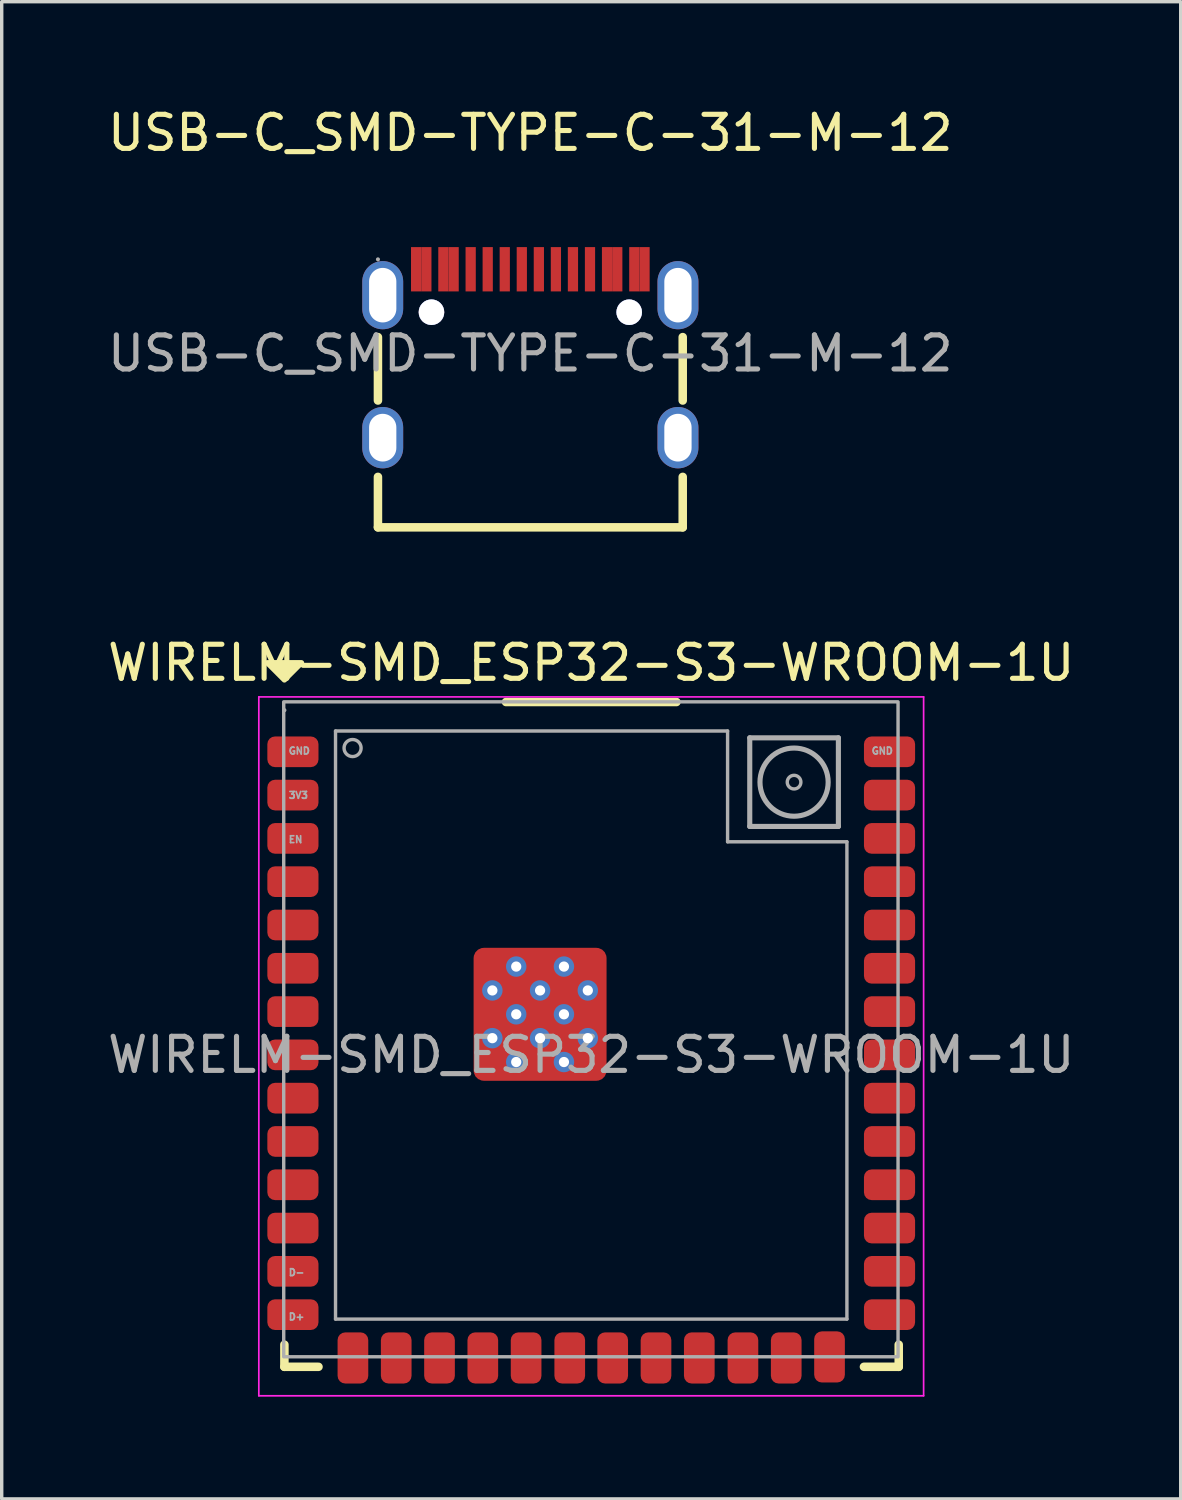
<source format=kicad_pcb>
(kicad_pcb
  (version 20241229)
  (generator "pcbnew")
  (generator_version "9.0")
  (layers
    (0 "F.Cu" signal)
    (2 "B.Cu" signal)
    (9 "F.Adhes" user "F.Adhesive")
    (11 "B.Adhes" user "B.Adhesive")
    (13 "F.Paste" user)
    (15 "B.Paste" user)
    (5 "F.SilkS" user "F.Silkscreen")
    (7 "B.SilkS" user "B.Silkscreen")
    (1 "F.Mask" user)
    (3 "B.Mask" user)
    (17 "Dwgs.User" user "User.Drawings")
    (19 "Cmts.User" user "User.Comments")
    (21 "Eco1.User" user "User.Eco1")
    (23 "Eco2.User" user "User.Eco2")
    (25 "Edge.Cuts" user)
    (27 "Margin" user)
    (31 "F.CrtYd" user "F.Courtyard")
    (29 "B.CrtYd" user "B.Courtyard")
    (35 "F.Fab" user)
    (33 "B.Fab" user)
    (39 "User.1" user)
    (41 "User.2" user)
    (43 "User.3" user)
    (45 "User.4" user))
  (footprint "WIRELM-SMD_ESP32-S3-WROOM-1U"
    (layer "F.Cu")
    (at 14.292 27.892)
    (property "Reference" "WIRELM-SMD_ESP32-S3-WROOM-1U" (at 0 -11.5 0) (layer "F.SilkS") (effects (font (size 1 1) (thickness 0.15))))
    (attr smd)
    (fp_line (start -9 8.5) (end -9 9.15) (stroke (width 0.25) (type solid)) (layer "F.SilkS"))
    (fp_line (start -9 9.15) (end -8 9.15) (stroke (width 0.25) (type solid)) (layer "F.SilkS"))
    (fp_line (start -2.5 -10.35) (end 2.5 -10.35) (stroke (width 0.25) (type solid)) (layer "F.SilkS"))
    (fp_line (start 8 9.15) (end 9.02 9.15) (stroke (width 0.25) (type solid)) (layer "F.SilkS"))
    (fp_line (start 9.02 9.15) (end 9.02 8.5) (stroke (width 0.25) (type solid)) (layer "F.SilkS"))
    (fp_poly (pts (xy -8.5 -11.5) (xy -9 -11) (xy -9.5 -11.5)) (stroke (width 0.16) (type solid)) (fill yes) (layer "F.SilkS"))
    (fp_line (start -9.75 -10.5) (end 9.75 -10.5) (stroke (width 0.05) (type default)) (layer "F.CrtYd"))
    (fp_line (start -9.75 10) (end -9.75 -10.5) (stroke (width 0.05) (type default)) (layer "F.CrtYd"))
    (fp_line (start 9.75 -10.5) (end 9.75 10) (stroke (width 0.05) (type default)) (layer "F.CrtYd"))
    (fp_line (start 9.75 10) (end -9.75 10) (stroke (width 0.05) (type default)) (layer "F.CrtYd"))
    (fp_line (start -7.5 -9.5) (end 4 -9.5) (stroke (width 0.1) (type default)) (layer "F.Fab"))
    (fp_line (start -7.5 7.75) (end -7.5 -9.5) (stroke (width 0.1) (type default)) (layer "F.Fab"))
    (fp_line (start -7.5 7.75) (end 7.5 7.75) (stroke (width 0.1) (type default)) (layer "F.Fab"))
    (fp_line (start 4 -9.5) (end 4 -6.25) (stroke (width 0.1) (type default)) (layer "F.Fab"))
    (fp_line (start 4 -6.25) (end 7.5 -6.25) (stroke (width 0.1) (type default)) (layer "F.Fab"))
    (fp_line (start 4.65 -9.3) (end 7.25 -9.3) (stroke (width 0.15) (type solid)) (layer "F.Fab"))
    (fp_line (start 4.65 -6.7) (end 4.65 -9.3) (stroke (width 0.15) (type solid)) (layer "F.Fab"))
    (fp_line (start 7.25 -9.3) (end 7.25 -6.7) (stroke (width 0.15) (type solid)) (layer "F.Fab"))
    (fp_line (start 7.25 -6.7) (end 4.65 -6.7) (stroke (width 0.15) (type solid)) (layer "F.Fab"))
    (fp_line (start 7.5 -6.25) (end 7.5 7.75) (stroke (width 0.1) (type default)) (layer "F.Fab"))
    (fp_rect (start -9.02 -10.355) (end 9 8.855) (stroke (width 0.1) (type default)) (fill no) (layer "F.Fab"))
    (fp_circle (center -9 -10.11) (end -8.97 -10.11) (stroke (width 0.06) (type solid)) (fill no) (layer "F.Fab"))
    (fp_circle (center -7 -9) (end -6.75 -9) (stroke (width 0.1) (type default)) (fill no) (layer "F.Fab"))
    (fp_circle (center 5.95 -8) (end 5.95 -7.8) (stroke (width 0.1) (type solid)) (fill no) (layer "F.Fab"))
    (fp_circle (center 5.95 -8) (end 6.95 -8) (stroke (width 0.15) (type solid)) (fill no) (layer "F.Fab"))
    (fp_text user "${REFERENCE}" (at 0 0 0) (layer "F.Fab") (effects (font (size 1 1) (thickness 0.15))))
    (fp_text user "D-" (at -8.9 6.5 0) (unlocked yes) (layer "F.Fab") (effects (font (size 0.2 0.2) (thickness 0.05) (bold yes)) (justify left bottom)))
    (fp_text user "EN" (at -8.9 -6.2 0) (unlocked yes) (layer "F.Fab") (effects (font (size 0.2 0.2) (thickness 0.05) (bold yes)) (justify left bottom)))
    (fp_text user "GND" (at -8.9 -8.8 0) (unlocked yes) (layer "F.Fab") (effects (font (size 0.2 0.2) (thickness 0.05) (bold yes)) (justify left bottom)))
    (fp_text user "3V3" (at -8.9 -7.5 0) (unlocked yes) (layer "F.Fab") (effects (font (size 0.2 0.2) (thickness 0.05) (bold yes)) (justify left bottom)))
    (fp_text user "D+" (at -8.9 7.8 0) (unlocked yes) (layer "F.Fab") (effects (font (size 0.2 0.2) (thickness 0.05) (bold yes)) (justify left bottom)))
    (fp_text user "GND" (at 8.2 -8.8 0) (unlocked yes) (layer "F.Fab") (effects (font (size 0.2 0.2) (thickness 0.05) (bold yes)) (justify left bottom)))
    (pad "" smd roundrect (at -2.904 0.21) (size 0.9 0.9) (layers "F.Paste") (roundrect_rratio 0.25))
    (pad "" smd roundrect (at -2.9 -2.59) (size 0.9 0.9) (layers "F.Paste") (roundrect_rratio 0.25))
    (pad "" smd roundrect (at -2.9 -1.19) (size 0.9 0.9) (layers "F.Paste") (roundrect_rratio 0.25))
    (pad "" smd roundrect (at -1.504 0.21) (size 0.9 0.9) (layers "F.Paste") (roundrect_rratio 0.25))
    (pad "" smd roundrect (at -1.5 -2.59) (size 0.9 0.9) (layers "F.Paste") (roundrect_rratio 0.25))
    (pad "" smd roundrect (at -1.5 -1.19) (size 0.9 0.9) (layers "F.Paste") (roundrect_rratio 0.25))
    (pad "" smd roundrect (at -0.104 0.21) (size 0.9 0.9) (layers "F.Paste") (roundrect_rratio 0.25))
    (pad "" smd roundrect (at -0.1 -2.59) (size 0.9 0.9) (layers "F.Paste") (roundrect_rratio 0.25))
    (pad "" smd roundrect (at -0.1 -1.19) (size 0.9 0.9) (layers "F.Paste") (roundrect_rratio 0.25))
    (pad "1" smd roundrect (at -8.75 -8.89) (size 1.5 0.9) (layers "F.Cu" "F.Mask" "F.Paste") (roundrect_rratio 0.25))
    (pad "2" smd roundrect (at -8.75 -7.62) (size 1.5 0.9) (layers "F.Cu" "F.Mask" "F.Paste") (roundrect_rratio 0.25))
    (pad "3" smd roundrect (at -8.75 -6.35) (size 1.5 0.9) (layers "F.Cu" "F.Mask" "F.Paste") (roundrect_rratio 0.25))
    (pad "4" smd roundrect (at -8.75 -5.08) (size 1.5 0.9) (layers "F.Cu" "F.Mask" "F.Paste") (roundrect_rratio 0.25))
    (pad "5" smd roundrect (at -8.75 -3.81) (size 1.5 0.9) (layers "F.Cu" "F.Mask" "F.Paste") (roundrect_rratio 0.25))
    (pad "6" smd roundrect (at -8.75 -2.54) (size 1.5 0.9) (layers "F.Cu" "F.Mask" "F.Paste") (roundrect_rratio 0.25))
    (pad "7" smd roundrect (at -8.75 -1.27) (size 1.5 0.9) (layers "F.Cu" "F.Mask" "F.Paste") (roundrect_rratio 0.25))
    (pad "8" smd roundrect (at -8.75 0) (size 1.5 0.9) (layers "F.Cu" "F.Mask" "F.Paste") (roundrect_rratio 0.25))
    (pad "9" smd roundrect (at -8.75 1.27) (size 1.5 0.9) (layers "F.Cu" "F.Mask" "F.Paste") (roundrect_rratio 0.25))
    (pad "10" smd roundrect (at -8.75 2.54) (size 1.5 0.9) (layers "F.Cu" "F.Mask" "F.Paste") (roundrect_rratio 0.25))
    (pad "11" smd roundrect (at -8.75 3.81) (size 1.5 0.9) (layers "F.Cu" "F.Mask" "F.Paste") (roundrect_rratio 0.25))
    (pad "12" smd roundrect (at -8.75 5.08) (size 1.5 0.9) (layers "F.Cu" "F.Mask" "F.Paste") (roundrect_rratio 0.25))
    (pad "13" smd roundrect (at -8.75 6.35) (size 1.5 0.9) (layers "F.Cu" "F.Mask" "F.Paste") (roundrect_rratio 0.25))
    (pad "14" smd roundrect (at -8.75 7.62) (size 1.5 0.9) (layers "F.Cu" "F.Mask" "F.Paste") (roundrect_rratio 0.25))
    (pad "15" smd roundrect (at -6.99 8.89 90) (size 1.5 0.9) (layers "F.Cu" "F.Mask" "F.Paste") (roundrect_rratio 0.25))
    (pad "16" smd roundrect (at -5.72 8.89 90) (size 1.5 0.9) (layers "F.Cu" "F.Mask" "F.Paste") (roundrect_rratio 0.25))
    (pad "17" smd roundrect (at -4.45 8.89 90) (size 1.5 0.9) (layers "F.Cu" "F.Mask" "F.Paste") (roundrect_rratio 0.25))
    (pad "18" smd roundrect (at -3.18 8.89 90) (size 1.5 0.9) (layers "F.Cu" "F.Mask" "F.Paste") (roundrect_rratio 0.25))
    (pad "19" smd roundrect (at -1.91 8.89 90) (size 1.5 0.9) (layers "F.Cu" "F.Mask" "F.Paste") (roundrect_rratio 0.25))
    (pad "20" smd roundrect (at -0.63 8.89 90) (size 1.5 0.9) (layers "F.Cu" "F.Mask" "F.Paste") (roundrect_rratio 0.25))
    (pad "21" smd roundrect (at 0.63 8.89 90) (size 1.5 0.9) (layers "F.Cu" "F.Mask" "F.Paste") (roundrect_rratio 0.25))
    (pad "22" smd roundrect (at 1.9 8.89 90) (size 1.5 0.9) (layers "F.Cu" "F.Mask" "F.Paste") (roundrect_rratio 0.25))
    (pad "23" smd roundrect (at 3.17 8.89 90) (size 1.5 0.9) (layers "F.Cu" "F.Mask" "F.Paste") (roundrect_rratio 0.25))
    (pad "24" smd roundrect (at 4.45 8.89 90) (size 1.5 0.9) (layers "F.Cu" "F.Mask" "F.Paste") (roundrect_rratio 0.25))
    (pad "25" smd roundrect (at 5.72 8.89 90) (size 1.5 0.9) (layers "F.Cu" "F.Mask" "F.Paste") (roundrect_rratio 0.25))
    (pad "26" smd roundrect (at 6.99 8.86 90) (size 1.5 0.9) (layers "F.Cu" "F.Mask" "F.Paste") (roundrect_rratio 0.25))
    (pad "27" smd roundrect (at 8.75 7.62) (size 1.5 0.9) (layers "F.Cu" "F.Mask" "F.Paste") (roundrect_rratio 0.25))
    (pad "28" smd roundrect (at 8.75 6.35) (size 1.5 0.9) (layers "F.Cu" "F.Mask" "F.Paste") (roundrect_rratio 0.25))
    (pad "29" smd roundrect (at 8.75 5.08) (size 1.5 0.9) (layers "F.Cu" "F.Mask" "F.Paste") (roundrect_rratio 0.25))
    (pad "30" smd roundrect (at 8.75 3.81) (size 1.5 0.9) (layers "F.Cu" "F.Mask" "F.Paste") (roundrect_rratio 0.25))
    (pad "31" smd roundrect (at 8.75 2.54) (size 1.5 0.9) (layers "F.Cu" "F.Mask" "F.Paste") (roundrect_rratio 0.25))
    (pad "32" smd roundrect (at 8.75 1.27) (size 1.5 0.9) (layers "F.Cu" "F.Mask" "F.Paste") (roundrect_rratio 0.25))
    (pad "33" smd roundrect (at 8.75 0) (size 1.5 0.9) (layers "F.Cu" "F.Mask" "F.Paste") (roundrect_rratio 0.25))
    (pad "34" smd roundrect (at 8.75 -1.27) (size 1.5 0.9) (layers "F.Cu" "F.Mask" "F.Paste") (roundrect_rratio 0.25))
    (pad "35" smd roundrect (at 8.75 -2.54) (size 1.5 0.9) (layers "F.Cu" "F.Mask" "F.Paste") (roundrect_rratio 0.25))
    (pad "36" smd roundrect (at 8.75 -3.81) (size 1.5 0.9) (layers "F.Cu" "F.Mask" "F.Paste") (roundrect_rratio 0.25))
    (pad "37" smd roundrect (at 8.75 -5.08) (size 1.5 0.9) (layers "F.Cu" "F.Mask" "F.Paste") (roundrect_rratio 0.25))
    (pad "38" smd roundrect (at 8.75 -6.35) (size 1.5 0.9) (layers "F.Cu" "F.Mask" "F.Paste") (roundrect_rratio 0.25))
    (pad "39" smd roundrect (at 8.75 -7.62) (size 1.5 0.9) (layers "F.Cu" "F.Mask" "F.Paste") (roundrect_rratio 0.25))
    (pad "40" smd roundrect (at 8.75 -8.89) (size 1.5 0.9) (layers "F.Cu" "F.Mask" "F.Paste") (roundrect_rratio 0.25))
    (pad "41" thru_hole circle (at -2.9 -1.89) (size 0.6 0.6) (drill 0.3) (property pad_prop_heatsink) (layers "*.Cu" "F.Mask"))
    (pad "41" thru_hole circle (at -2.9 -0.49) (size 0.6 0.6) (drill 0.3) (property pad_prop_heatsink) (layers "*.Cu" "F.Mask"))
    (pad "41" thru_hole circle (at -2.2 -2.59) (size 0.6 0.6) (drill 0.3) (property pad_prop_heatsink) (layers "*.Cu" "F.Mask"))
    (pad "41" thru_hole circle (at -2.2 -1.19) (size 0.6 0.6) (drill 0.3) (property pad_prop_heatsink) (layers "*.Cu" "F.Mask"))
    (pad "41" thru_hole circle (at -2.2 0.21) (size 0.6 0.6) (drill 0.3) (property pad_prop_heatsink) (layers "*.Cu" "F.Mask"))
    (pad "41" thru_hole circle (at -1.5 -1.89) (size 0.6 0.6) (drill 0.3) (property pad_prop_heatsink) (layers "*.Cu" "F.Mask"))
    (pad "41" smd roundrect (at -1.5 -1.19) (size 3.9 3.9) (layers "F.Cu" "F.Mask") (roundrect_rratio 0.077))
    (pad "41" thru_hole circle (at -1.5 -0.49) (size 0.6 0.6) (drill 0.3) (property pad_prop_heatsink) (layers "*.Cu" "F.Mask"))
    (pad "41" thru_hole circle (at -0.8 -2.59) (size 0.6 0.6) (drill 0.3) (property pad_prop_heatsink) (layers "*.Cu" "F.Mask"))
    (pad "41" thru_hole circle (at -0.8 -1.19 90) (size 0.6 0.6) (drill 0.3) (property pad_prop_heatsink) (layers "*.Cu" "F.Mask"))
    (pad "41" thru_hole circle (at -0.8 0.21) (size 0.6 0.6) (drill 0.3) (property pad_prop_heatsink) (layers "*.Cu" "F.Mask"))
    (pad "41" thru_hole circle (at -0.1 -1.89) (size 0.6 0.6) (drill 0.3) (property pad_prop_heatsink) (layers "*.Cu" "F.Mask"))
    (pad "41" thru_hole circle (at -0.1 -0.49) (size 0.6 0.6) (drill 0.3) (property pad_prop_heatsink) (layers "*.Cu" "F.Mask")))
  (footprint "USB-C_SMD-TYPE-C-31-M-12"
    (layer "F.Cu")
    (at 12.506 7.318)
    (property "Reference" "USB-C_SMD-TYPE-C-31-M-12" (at 0 -6.47 0) (layer "F.SilkS") (effects (font (size 1 1) (thickness 0.15))))
    (attr smd)
    (fp_line (start -4.47 1.38) (end -4.47 -0.48) (stroke (width 0.25) (type solid)) (layer "F.SilkS"))
    (fp_line (start -4.47 5.1) (end -4.47 3.62) (stroke (width 0.25) (type solid)) (layer "F.SilkS"))
    (fp_line (start 4.47 1.38) (end 4.47 -0.48) (stroke (width 0.25) (type solid)) (layer "F.SilkS"))
    (fp_line (start 4.47 5.1) (end -4.47 5.1) (stroke (width 0.25) (type solid)) (layer "F.SilkS"))
    (fp_line (start 4.47 5.1) (end 4.47 3.62) (stroke (width 0.25) (type solid)) (layer "F.SilkS"))
    (fp_circle (center -2.9 -1.21) (end -2.78 -1.21) (stroke (width 0.25) (type solid)) (fill no) (layer "Cmts.User"))
    (fp_circle (center 2.9 -1.21) (end 3.02 -1.21) (stroke (width 0.25) (type solid)) (fill no) (layer "Cmts.User"))
    (fp_circle (center -4.47 -2.76) (end -4.44 -2.76) (stroke (width 0.06) (type solid)) (fill no) (layer "F.Fab"))
    (fp_text user "${REFERENCE}" (at 0 0 0) (layer "F.Fab") (effects (font (size 1 1) (thickness 0.15))))
    (pad "" thru_hole circle (at -2.9 -1.21) (size 0.75 0.75) (drill 0.75) (layers "*.Cu" "*.Mask"))
    (pad "" thru_hole circle (at 2.9 -1.21) (size 0.75 0.75) (drill 0.75) (layers "*.Cu" "*.Mask"))
    (pad "0" thru_hole oval (at -4.33 -1.71) (size 1.2 2) (drill oval 0.8 1.6) (layers "*.Cu" "*.Mask"))
    (pad "1" thru_hole oval (at 4.33 -1.71) (size 1.2 2) (drill oval 0.8 1.6) (layers "*.Cu" "*.Mask"))
    (pad "2" thru_hole oval (at 4.33 2.47) (size 1.2 1.8) (drill oval 0.8 1.4) (layers "*.Cu" "*.Mask"))
    (pad "3" thru_hole oval (at -4.33 2.47) (size 1.2 1.8) (drill oval 0.8 1.4) (layers "*.Cu" "*.Mask"))
    (pad "A1" smd rect (at -3.35 -2.47) (size 0.3 1.3) (layers "F.Cu" "F.Mask" "F.Paste"))
    (pad "A4" smd rect (at -2.55 -2.47) (size 0.3 1.3) (layers "F.Cu" "F.Mask" "F.Paste"))
    (pad "A5" smd rect (at -1.25 -2.47) (size 0.3 1.3) (layers "F.Cu" "F.Mask" "F.Paste"))
    (pad "A6" smd rect (at -0.25 -2.47) (size 0.3 1.3) (layers "F.Cu" "F.Mask" "F.Paste"))
    (pad "A7" smd rect (at 0.25 -2.47) (size 0.3 1.3) (layers "F.Cu" "F.Mask" "F.Paste"))
    (pad "A8" smd rect (at 1.25 -2.47) (size 0.3 1.3) (layers "F.Cu" "F.Mask" "F.Paste"))
    (pad "A9" smd rect (at 2.55 -2.47) (size 0.3 1.3) (layers "F.Cu" "F.Mask" "F.Paste"))
    (pad "A12" smd rect (at 3.35 -2.47) (size 0.3 1.3) (layers "F.Cu" "F.Mask" "F.Paste"))
    (pad "B1" smd rect (at 3.05 -2.47) (size 0.3 1.3) (layers "F.Cu" "F.Mask" "F.Paste"))
    (pad "B4" smd rect (at 2.25 -2.47) (size 0.3 1.3) (layers "F.Cu" "F.Mask" "F.Paste"))
    (pad "B5" smd rect (at 1.75 -2.47) (size 0.3 1.3) (layers "F.Cu" "F.Mask" "F.Paste"))
    (pad "B6" smd rect (at 0.75 -2.47) (size 0.3 1.3) (layers "F.Cu" "F.Mask" "F.Paste"))
    (pad "B7" smd rect (at -0.75 -2.47) (size 0.3 1.3) (layers "F.Cu" "F.Mask" "F.Paste"))
    (pad "B8" smd rect (at -1.75 -2.47) (size 0.3 1.3) (layers "F.Cu" "F.Mask" "F.Paste"))
    (pad "B9" smd rect (at -2.25 -2.47) (size 0.3 1.3) (layers "F.Cu" "F.Mask" "F.Paste"))
    (pad "B12" smd rect (at -3.05 -2.47) (size 0.3 1.3) (layers "F.Cu" "F.Mask" "F.Paste")))
  (gr_rect
    (start -3 -3)
    (end 31.583 40.916)
    (stroke (width 0.1) (type default))
    (fill no)
    (layer "Edge.Cuts")))
</source>
